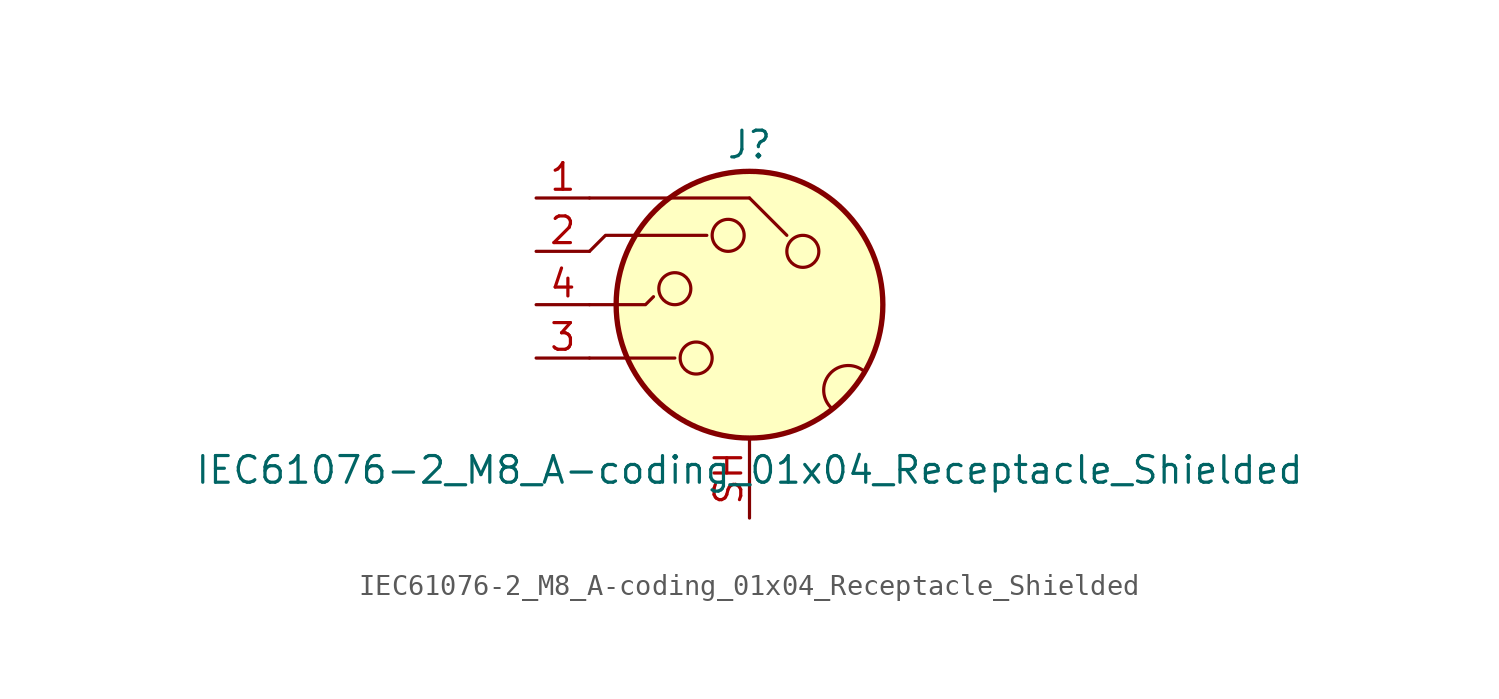
<source format=kicad_sym>
(kicad_symbol_lib
  (version 20241209)
  (generator "kicad_symbol_editor")
  (generator_version "9.0")
  (symbol "IEC61076-2_M8_A-coding_01x04_Receptacle_Shielded"
    (property "Reference" "J"
      (at 0 7.62 0)
      (effects (font (size 1.27 1.27))))
    (property "Value" "IEC61076-2_M8_A-coding_01x04_Receptacle_Shielded"
      (at 0 -7.874 0)
      (effects (font (size 1.27 1.27))))
    (symbol "IEC61076-2_M8_A-coding_01x04_Receptacle_Shielded_0_1"
      (polyline (pts (xy -7.62 0) (xy -4.953 0) (xy -4.572 0.381)) (stroke (width 0) (type default)) (fill (type none)))
      (polyline (pts (xy -7.62 -2.54) (xy -3.556 -2.54)) (stroke (width 0) (type default)) (fill (type none)))
      (circle (center -3.556 0.762) (radius 0.762) (stroke (width 0) (type default)) (fill (type none)))
      (circle (center -2.54 -2.54) (radius 0.762) (stroke (width 0) (type default)) (fill (type none)))
      (polyline (pts (xy -2.032 3.302) (xy -6.858 3.302) (xy -7.62 2.54)) (stroke (width 0) (type default)) (fill (type none)))
      (circle (center -1.016 3.302) (radius 0.762) (stroke (width 0) (type default)) (fill (type none)))
      (polyline (pts (xy 0 5.08) (xy -7.62 5.08)) (stroke (width 0) (type default)) (fill (type none)))
      (polyline (pts (xy 0 5.08) (xy 1.778 3.302)) (stroke (width 0) (type default)) (fill (type none)))
      (circle (center 0 0) (radius 6.35) (stroke (width 0.254) (type default)) (fill (type background)))
      (circle (center 2.54 2.54) (radius 0.762) (stroke (width 0) (type default)) (fill (type none)))
      (arc (start 3.937 -4.953) (mid 3.819 -3.3063) (end 5.461 -3.175) (stroke (width 0) (type default)) (fill (type none))))
    (symbol "IEC61076-2_M8_A-coding_01x04_Receptacle_Shielded_1_1"
      (pin passive line (at -10.16 5.08 0) (length 2.54) (name "~" (effects (font (size 1.27 1.27)))) (number "1" (effects (font (size 1.27 1.27)))))
      (pin passive line (at -10.16 2.54 0) (length 2.54) (name "~" (effects (font (size 1.27 1.27)))) (number "2" (effects (font (size 1.27 1.27)))))
      (pin passive line (at -10.16 0 0) (length 2.54) (name "~" (effects (font (size 1.27 1.27)))) (number "4" (effects (font (size 1.27 1.27)))))
      (pin passive line (at -10.16 -2.54 0) (length 2.54) (name "~" (effects (font (size 1.27 1.27)))) (number "3" (effects (font (size 1.27 1.27)))))
      (pin passive line (at 0 -10.16 90) (length 3.81) (name "~" (effects (font (size 1.27 1.27)))) (number "SH" (effects (font (size 1.27 1.27))))))))
</source>
